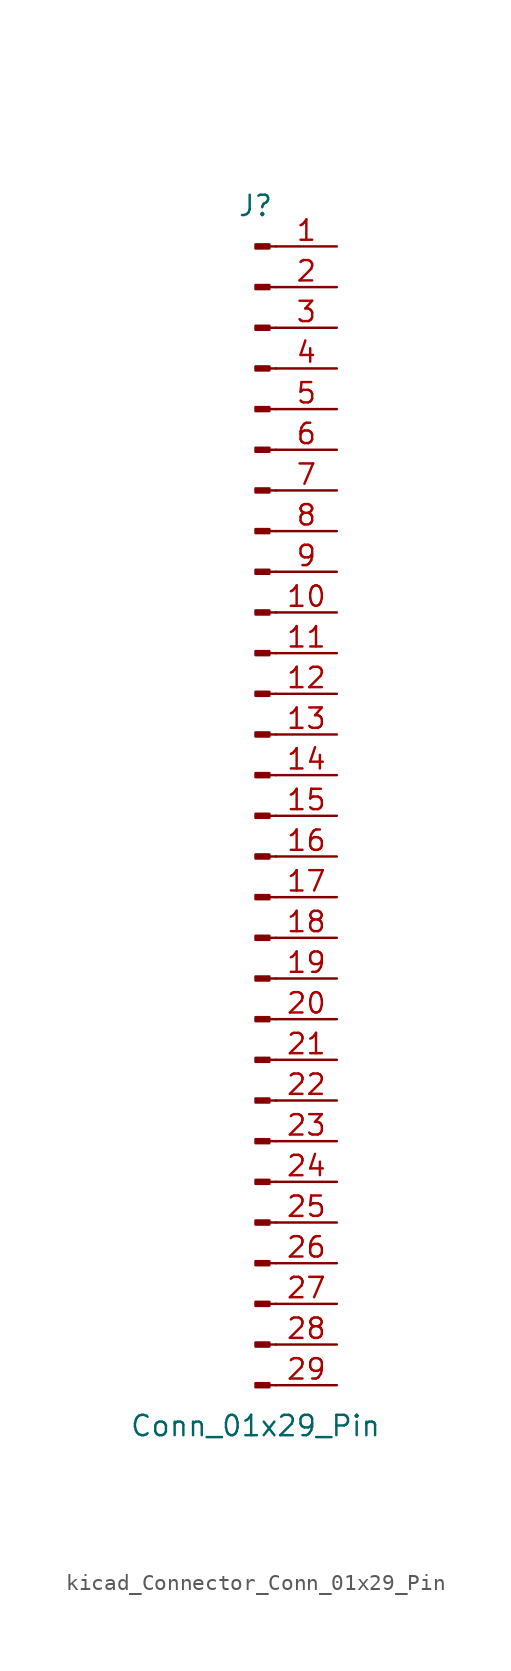
<source format=kicad_sym>
(kicad_symbol_lib
  (version 20220914)
  (generator kicad_symbol_editor)
  (symbol "kicad_Connector_Conn_01x29_Pin"
    (pin_names
      (offset 1.016) hide)
    (property "Reference" "J"
      (at 0 38.1 0)
      (effects (font (size 1.27 1.27))))
    (property "Value" "Conn_01x29_Pin"
      (at 0 -38.1 0)
      (effects (font (size 1.27 1.27))))
    (property "ki_locked" ""
      (at 0 0 0)
      (effects (font (size 1.27 1.27))))
    (symbol "kicad_Connector_Conn_01x29_Pin_1_1"
      (polyline (pts (xy 1.27 -35.56) (xy 0.864 -35.56)) (stroke (width 0.152) (type default)) (fill (type none)))
      (polyline (pts (xy 1.27 -33.02) (xy 0.864 -33.02)) (stroke (width 0.152) (type default)) (fill (type none)))
      (polyline (pts (xy 1.27 -30.48) (xy 0.864 -30.48)) (stroke (width 0.152) (type default)) (fill (type none)))
      (polyline (pts (xy 1.27 -27.94) (xy 0.864 -27.94)) (stroke (width 0.152) (type default)) (fill (type none)))
      (polyline (pts (xy 1.27 -25.4) (xy 0.864 -25.4)) (stroke (width 0.152) (type default)) (fill (type none)))
      (polyline (pts (xy 1.27 -22.86) (xy 0.864 -22.86)) (stroke (width 0.152) (type default)) (fill (type none)))
      (polyline (pts (xy 1.27 -20.32) (xy 0.864 -20.32)) (stroke (width 0.152) (type default)) (fill (type none)))
      (polyline (pts (xy 1.27 -17.78) (xy 0.864 -17.78)) (stroke (width 0.152) (type default)) (fill (type none)))
      (polyline (pts (xy 1.27 -15.24) (xy 0.864 -15.24)) (stroke (width 0.152) (type default)) (fill (type none)))
      (polyline (pts (xy 1.27 -12.7) (xy 0.864 -12.7)) (stroke (width 0.152) (type default)) (fill (type none)))
      (polyline (pts (xy 1.27 -10.16) (xy 0.864 -10.16)) (stroke (width 0.152) (type default)) (fill (type none)))
      (polyline (pts (xy 1.27 -7.62) (xy 0.864 -7.62)) (stroke (width 0.152) (type default)) (fill (type none)))
      (polyline (pts (xy 1.27 -5.08) (xy 0.864 -5.08)) (stroke (width 0.152) (type default)) (fill (type none)))
      (polyline (pts (xy 1.27 -2.54) (xy 0.864 -2.54)) (stroke (width 0.152) (type default)) (fill (type none)))
      (polyline (pts (xy 1.27 0) (xy 0.864 0)) (stroke (width 0.152) (type default)) (fill (type none)))
      (polyline (pts (xy 1.27 2.54) (xy 0.864 2.54)) (stroke (width 0.152) (type default)) (fill (type none)))
      (polyline (pts (xy 1.27 5.08) (xy 0.864 5.08)) (stroke (width 0.152) (type default)) (fill (type none)))
      (polyline (pts (xy 1.27 7.62) (xy 0.864 7.62)) (stroke (width 0.152) (type default)) (fill (type none)))
      (polyline (pts (xy 1.27 10.16) (xy 0.864 10.16)) (stroke (width 0.152) (type default)) (fill (type none)))
      (polyline (pts (xy 1.27 12.7) (xy 0.864 12.7)) (stroke (width 0.152) (type default)) (fill (type none)))
      (polyline (pts (xy 1.27 15.24) (xy 0.864 15.24)) (stroke (width 0.152) (type default)) (fill (type none)))
      (polyline (pts (xy 1.27 17.78) (xy 0.864 17.78)) (stroke (width 0.152) (type default)) (fill (type none)))
      (polyline (pts (xy 1.27 20.32) (xy 0.864 20.32)) (stroke (width 0.152) (type default)) (fill (type none)))
      (polyline (pts (xy 1.27 22.86) (xy 0.864 22.86)) (stroke (width 0.152) (type default)) (fill (type none)))
      (polyline (pts (xy 1.27 25.4) (xy 0.864 25.4)) (stroke (width 0.152) (type default)) (fill (type none)))
      (polyline (pts (xy 1.27 27.94) (xy 0.864 27.94)) (stroke (width 0.152) (type default)) (fill (type none)))
      (polyline (pts (xy 1.27 30.48) (xy 0.864 30.48)) (stroke (width 0.152) (type default)) (fill (type none)))
      (polyline (pts (xy 1.27 33.02) (xy 0.864 33.02)) (stroke (width 0.152) (type default)) (fill (type none)))
      (polyline (pts (xy 1.27 35.56) (xy 0.864 35.56)) (stroke (width 0.152) (type default)) (fill (type none)))
      (rectangle (start 0.864 -35.433) (end 0 -35.687) (stroke (width 0.152) (type default)) (fill (type outline)))
      (rectangle (start 0.864 -32.893) (end 0 -33.147) (stroke (width 0.152) (type default)) (fill (type outline)))
      (rectangle (start 0.864 -30.353) (end 0 -30.607) (stroke (width 0.152) (type default)) (fill (type outline)))
      (rectangle (start 0.864 -27.813) (end 0 -28.067) (stroke (width 0.152) (type default)) (fill (type outline)))
      (rectangle (start 0.864 -25.273) (end 0 -25.527) (stroke (width 0.152) (type default)) (fill (type outline)))
      (rectangle (start 0.864 -22.733) (end 0 -22.987) (stroke (width 0.152) (type default)) (fill (type outline)))
      (rectangle (start 0.864 -20.193) (end 0 -20.447) (stroke (width 0.152) (type default)) (fill (type outline)))
      (rectangle (start 0.864 -17.653) (end 0 -17.907) (stroke (width 0.152) (type default)) (fill (type outline)))
      (rectangle (start 0.864 -15.113) (end 0 -15.367) (stroke (width 0.152) (type default)) (fill (type outline)))
      (rectangle (start 0.864 -12.573) (end 0 -12.827) (stroke (width 0.152) (type default)) (fill (type outline)))
      (rectangle (start 0.864 -10.033) (end 0 -10.287) (stroke (width 0.152) (type default)) (fill (type outline)))
      (rectangle (start 0.864 -7.493) (end 0 -7.747) (stroke (width 0.152) (type default)) (fill (type outline)))
      (rectangle (start 0.864 -4.953) (end 0 -5.207) (stroke (width 0.152) (type default)) (fill (type outline)))
      (rectangle (start 0.864 -2.413) (end 0 -2.667) (stroke (width 0.152) (type default)) (fill (type outline)))
      (rectangle (start 0.864 0.127) (end 0 -0.127) (stroke (width 0.152) (type default)) (fill (type outline)))
      (rectangle (start 0.864 2.667) (end 0 2.413) (stroke (width 0.152) (type default)) (fill (type outline)))
      (rectangle (start 0.864 5.207) (end 0 4.953) (stroke (width 0.152) (type default)) (fill (type outline)))
      (rectangle (start 0.864 7.747) (end 0 7.493) (stroke (width 0.152) (type default)) (fill (type outline)))
      (rectangle (start 0.864 10.287) (end 0 10.033) (stroke (width 0.152) (type default)) (fill (type outline)))
      (rectangle (start 0.864 12.827) (end 0 12.573) (stroke (width 0.152) (type default)) (fill (type outline)))
      (rectangle (start 0.864 15.367) (end 0 15.113) (stroke (width 0.152) (type default)) (fill (type outline)))
      (rectangle (start 0.864 17.907) (end 0 17.653) (stroke (width 0.152) (type default)) (fill (type outline)))
      (rectangle (start 0.864 20.447) (end 0 20.193) (stroke (width 0.152) (type default)) (fill (type outline)))
      (rectangle (start 0.864 22.987) (end 0 22.733) (stroke (width 0.152) (type default)) (fill (type outline)))
      (rectangle (start 0.864 25.527) (end 0 25.273) (stroke (width 0.152) (type default)) (fill (type outline)))
      (rectangle (start 0.864 28.067) (end 0 27.813) (stroke (width 0.152) (type default)) (fill (type outline)))
      (rectangle (start 0.864 30.607) (end 0 30.353) (stroke (width 0.152) (type default)) (fill (type outline)))
      (rectangle (start 0.864 33.147) (end 0 32.893) (stroke (width 0.152) (type default)) (fill (type outline)))
      (rectangle (start 0.864 35.687) (end 0 35.433) (stroke (width 0.152) (type default)) (fill (type outline)))
      (pin passive line (at 5.08 35.56 180) (length 3.81) (name "Pin_1" (effects (font (size 1.27 1.27)))) (number "1" (effects (font (size 1.27 1.27)))))
      (pin passive line (at 5.08 12.7 180) (length 3.81) (name "Pin_10" (effects (font (size 1.27 1.27)))) (number "10" (effects (font (size 1.27 1.27)))))
      (pin passive line (at 5.08 10.16 180) (length 3.81) (name "Pin_11" (effects (font (size 1.27 1.27)))) (number "11" (effects (font (size 1.27 1.27)))))
      (pin passive line (at 5.08 7.62 180) (length 3.81) (name "Pin_12" (effects (font (size 1.27 1.27)))) (number "12" (effects (font (size 1.27 1.27)))))
      (pin passive line (at 5.08 5.08 180) (length 3.81) (name "Pin_13" (effects (font (size 1.27 1.27)))) (number "13" (effects (font (size 1.27 1.27)))))
      (pin passive line (at 5.08 2.54 180) (length 3.81) (name "Pin_14" (effects (font (size 1.27 1.27)))) (number "14" (effects (font (size 1.27 1.27)))))
      (pin passive line (at 5.08 0 180) (length 3.81) (name "Pin_15" (effects (font (size 1.27 1.27)))) (number "15" (effects (font (size 1.27 1.27)))))
      (pin passive line (at 5.08 -2.54 180) (length 3.81) (name "Pin_16" (effects (font (size 1.27 1.27)))) (number "16" (effects (font (size 1.27 1.27)))))
      (pin passive line (at 5.08 -5.08 180) (length 3.81) (name "Pin_17" (effects (font (size 1.27 1.27)))) (number "17" (effects (font (size 1.27 1.27)))))
      (pin passive line (at 5.08 -7.62 180) (length 3.81) (name "Pin_18" (effects (font (size 1.27 1.27)))) (number "18" (effects (font (size 1.27 1.27)))))
      (pin passive line (at 5.08 -10.16 180) (length 3.81) (name "Pin_19" (effects (font (size 1.27 1.27)))) (number "19" (effects (font (size 1.27 1.27)))))
      (pin passive line (at 5.08 33.02 180) (length 3.81) (name "Pin_2" (effects (font (size 1.27 1.27)))) (number "2" (effects (font (size 1.27 1.27)))))
      (pin passive line (at 5.08 -12.7 180) (length 3.81) (name "Pin_20" (effects (font (size 1.27 1.27)))) (number "20" (effects (font (size 1.27 1.27)))))
      (pin passive line (at 5.08 -15.24 180) (length 3.81) (name "Pin_21" (effects (font (size 1.27 1.27)))) (number "21" (effects (font (size 1.27 1.27)))))
      (pin passive line (at 5.08 -17.78 180) (length 3.81) (name "Pin_22" (effects (font (size 1.27 1.27)))) (number "22" (effects (font (size 1.27 1.27)))))
      (pin passive line (at 5.08 -20.32 180) (length 3.81) (name "Pin_23" (effects (font (size 1.27 1.27)))) (number "23" (effects (font (size 1.27 1.27)))))
      (pin passive line (at 5.08 -22.86 180) (length 3.81) (name "Pin_24" (effects (font (size 1.27 1.27)))) (number "24" (effects (font (size 1.27 1.27)))))
      (pin passive line (at 5.08 -25.4 180) (length 3.81) (name "Pin_25" (effects (font (size 1.27 1.27)))) (number "25" (effects (font (size 1.27 1.27)))))
      (pin passive line (at 5.08 -27.94 180) (length 3.81) (name "Pin_26" (effects (font (size 1.27 1.27)))) (number "26" (effects (font (size 1.27 1.27)))))
      (pin passive line (at 5.08 -30.48 180) (length 3.81) (name "Pin_27" (effects (font (size 1.27 1.27)))) (number "27" (effects (font (size 1.27 1.27)))))
      (pin passive line (at 5.08 -33.02 180) (length 3.81) (name "Pin_28" (effects (font (size 1.27 1.27)))) (number "28" (effects (font (size 1.27 1.27)))))
      (pin passive line (at 5.08 -35.56 180) (length 3.81) (name "Pin_29" (effects (font (size 1.27 1.27)))) (number "29" (effects (font (size 1.27 1.27)))))
      (pin passive line (at 5.08 30.48 180) (length 3.81) (name "Pin_3" (effects (font (size 1.27 1.27)))) (number "3" (effects (font (size 1.27 1.27)))))
      (pin passive line (at 5.08 27.94 180) (length 3.81) (name "Pin_4" (effects (font (size 1.27 1.27)))) (number "4" (effects (font (size 1.27 1.27)))))
      (pin passive line (at 5.08 25.4 180) (length 3.81) (name "Pin_5" (effects (font (size 1.27 1.27)))) (number "5" (effects (font (size 1.27 1.27)))))
      (pin passive line (at 5.08 22.86 180) (length 3.81) (name "Pin_6" (effects (font (size 1.27 1.27)))) (number "6" (effects (font (size 1.27 1.27)))))
      (pin passive line (at 5.08 20.32 180) (length 3.81) (name "Pin_7" (effects (font (size 1.27 1.27)))) (number "7" (effects (font (size 1.27 1.27)))))
      (pin passive line (at 5.08 17.78 180) (length 3.81) (name "Pin_8" (effects (font (size 1.27 1.27)))) (number "8" (effects (font (size 1.27 1.27)))))
      (pin passive line (at 5.08 15.24 180) (length 3.81) (name "Pin_9" (effects (font (size 1.27 1.27)))) (number "9" (effects (font (size 1.27 1.27))))))))
</source>
